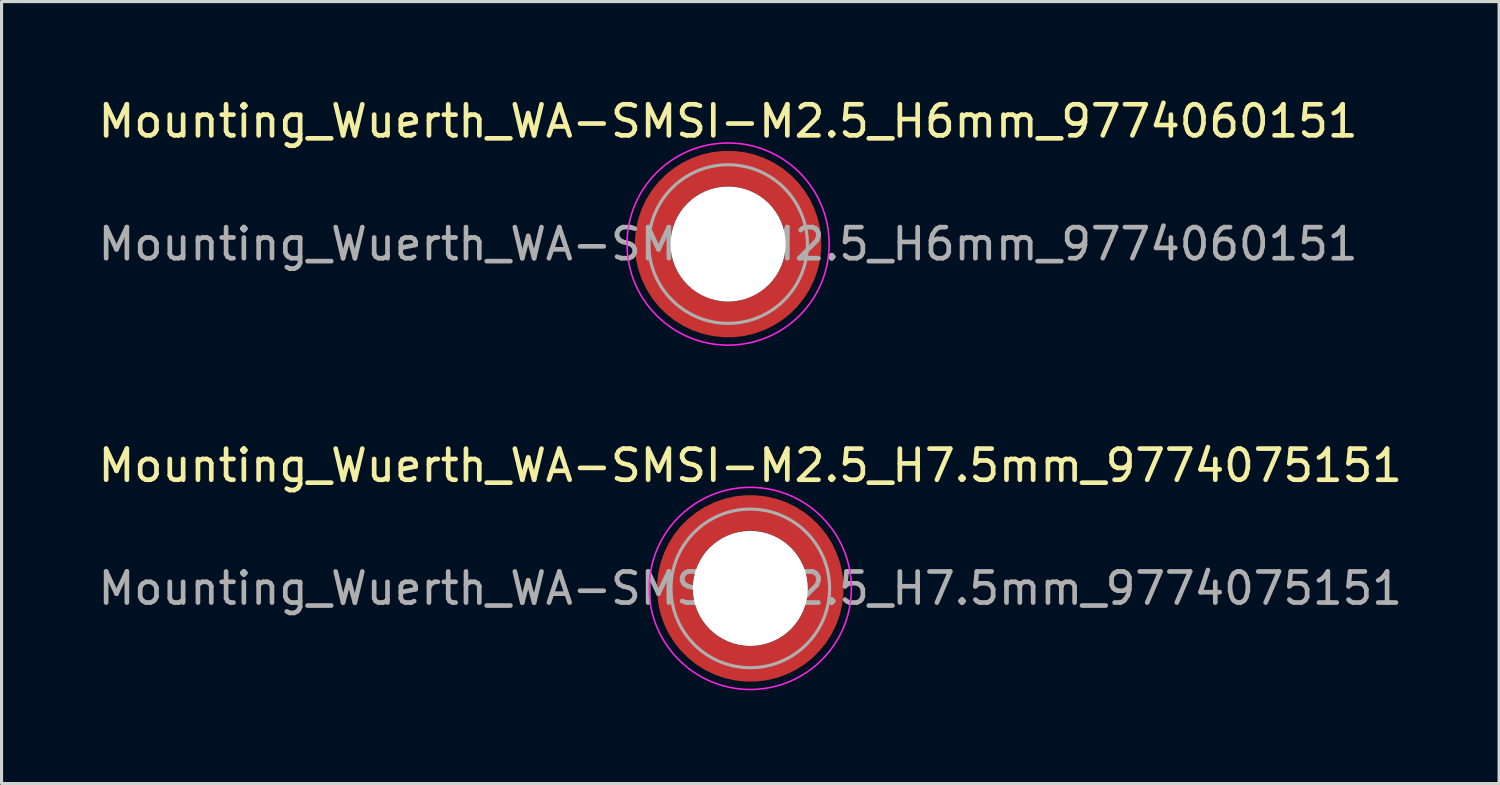
<source format=kicad_pcb>
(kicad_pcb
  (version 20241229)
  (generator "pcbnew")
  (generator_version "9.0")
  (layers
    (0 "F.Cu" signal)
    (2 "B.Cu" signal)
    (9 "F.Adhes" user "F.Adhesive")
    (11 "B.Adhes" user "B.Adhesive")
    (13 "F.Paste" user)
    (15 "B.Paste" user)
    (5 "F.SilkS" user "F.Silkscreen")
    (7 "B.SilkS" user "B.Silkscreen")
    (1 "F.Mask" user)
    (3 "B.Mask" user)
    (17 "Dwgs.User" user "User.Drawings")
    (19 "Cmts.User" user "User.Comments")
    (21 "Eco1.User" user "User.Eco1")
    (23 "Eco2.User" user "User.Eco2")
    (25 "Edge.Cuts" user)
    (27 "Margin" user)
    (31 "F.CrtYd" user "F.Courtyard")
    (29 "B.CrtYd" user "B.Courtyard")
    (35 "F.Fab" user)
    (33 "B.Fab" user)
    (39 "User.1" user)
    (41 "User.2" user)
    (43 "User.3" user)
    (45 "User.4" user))
  (footprint "Mounting_Wuerth_WA-SMSI-M2.5_H7.5mm_9774075151"
    (layer "F.Cu")
    (at 21.077 15.871)
    (property "Reference" "Mounting_Wuerth_WA-SMSI-M2.5_H7.5mm_9774075151" (at 0 -3.95 0) (layer "F.SilkS") (effects (font (size 1 1) (thickness 0.15))))
    (attr smd allow_soldermask_bridges)
    (fp_circle (center 0 0) (end 3.25 0) (stroke (width 0.05) (type solid)) (fill no) (layer "F.CrtYd"))
    (fp_circle (center 0 0) (end 2.55 0) (stroke (width 0.1) (type solid)) (fill no) (layer "F.Fab"))
    (fp_text user "${REFERENCE}" (at 0 0 0) (layer "F.Fab") (effects (font (size 1 1) (thickness 0.15))))
    (pad "" smd custom (at -1.704 -1.704) (size 0.51 0.51) (layers "F.Paste") (options (anchor circle)) (primitives (gr_arc (start -0.250195 1.279127) (mid 0.289914 0.289914) (end 1.279127 -0.250195) (width 0.2)) (gr_arc (start -0.34334 1.279127) (mid 0.225488 0.225488) (end 1.279127 -0.34334) (width 0.2)) (gr_arc (start -0.436309 1.279127) (mid 0.161063 0.161063) (end 1.279127 -0.436309) (width 0.2)) (gr_arc (start -0.529126 1.279127) (mid 0.096638 0.096638) (end 1.279127 -0.529126) (width 0.2)) (gr_arc (start -0.621807 1.279127) (mid 0.032213 0.032213) (end 1.279127 -0.621807) (width 0.2)) (gr_arc (start -0.71437 1.279127) (mid -0.032213 -0.032213) (end 1.279127 -0.71437) (width 0.2)) (gr_arc (start -0.806826 1.279127) (mid -0.096638 -0.096638) (end 1.279127 -0.806826) (width 0.2)) (gr_arc (start -0.899187 1.279127) (mid -0.161063 -0.161063) (end 1.279127 -0.899187) (width 0.2)) (gr_arc (start -0.991463 1.279127) (mid -0.225488 -0.225488) (end 1.279127 -0.991463) (width 0.2)) (gr_arc (start -1.083663 1.279127) (mid -0.289914 -0.289914) (end 1.279127 -1.083663) (width 0.2)) (gr_line (start 1.279 -0.25) (end 1.279 -1.084) (width 0.2)) (gr_line (start -0.25 1.279) (end -1.084 1.279) (width 0.2))))
    (pad "" smd custom (at -1.704 1.704) (size 0.51 0.51) (layers "F.Paste") (options (anchor circle)) (primitives (gr_arc (start 1.279127 0.250195) (mid 0.289914 -0.289914) (end -0.250195 -1.279127) (width 0.2)) (gr_arc (start 1.279127 0.34334) (mid 0.225488 -0.225488) (end -0.34334 -1.279127) (width 0.2)) (gr_arc (start 1.279127 0.436309) (mid 0.161063 -0.161063) (end -0.436309 -1.279127) (width 0.2)) (gr_arc (start 1.279127 0.529126) (mid 0.096638 -0.096638) (end -0.529126 -1.279127) (width 0.2)) (gr_arc (start 1.279127 0.621807) (mid 0.032213 -0.032213) (end -0.621807 -1.279127) (width 0.2)) (gr_arc (start 1.279127 0.71437) (mid -0.032213 0.032213) (end -0.71437 -1.279127) (width 0.2)) (gr_arc (start 1.279127 0.806826) (mid -0.096638 0.096638) (end -0.806826 -1.279127) (width 0.2)) (gr_arc (start 1.279127 0.899187) (mid -0.161063 0.161063) (end -0.899187 -1.279127) (width 0.2)) (gr_arc (start 1.279127 0.991463) (mid -0.225488 0.225488) (end -0.991463 -1.279127) (width 0.2)) (gr_arc (start 1.279127 1.083663) (mid -0.289914 0.289914) (end -1.083663 -1.279127) (width 0.2)) (gr_line (start -0.25 -1.279) (end -1.084 -1.279) (width 0.2)) (gr_line (start 1.279 0.25) (end 1.279 1.084) (width 0.2))))
    (pad "" np_thru_hole circle (at 0 0) (size 3.7 3.7) (drill 3.7) (layers "*.Cu" "*.Mask"))
    (pad "" smd custom (at 1.704 -1.704) (size 0.51 0.51) (layers "F.Paste") (options (anchor circle)) (primitives (gr_arc (start -1.279127 -0.250195) (mid -0.289914 0.289914) (end 0.250195 1.279127) (width 0.2)) (gr_arc (start -1.279127 -0.34334) (mid -0.225488 0.225488) (end 0.34334 1.279127) (width 0.2)) (gr_arc (start -1.279127 -0.436309) (mid -0.161063 0.161063) (end 0.436309 1.279127) (width 0.2)) (gr_arc (start -1.279127 -0.529126) (mid -0.096638 0.096638) (end 0.529126 1.279127) (width 0.2)) (gr_arc (start -1.279127 -0.621807) (mid -0.032213 0.032213) (end 0.621807 1.279127) (width 0.2)) (gr_arc (start -1.279127 -0.71437) (mid 0.032213 -0.032213) (end 0.71437 1.279127) (width 0.2)) (gr_arc (start -1.279127 -0.806826) (mid 0.096638 -0.096638) (end 0.806826 1.279127) (width 0.2)) (gr_arc (start -1.279127 -0.899187) (mid 0.161063 -0.161063) (end 0.899187 1.279127) (width 0.2)) (gr_arc (start -1.279127 -0.991463) (mid 0.225488 -0.225488) (end 0.991463 1.279127) (width 0.2)) (gr_arc (start -1.279127 -1.083663) (mid 0.289914 -0.289914) (end 1.083663 1.279127) (width 0.2)) (gr_line (start 0.25 1.279) (end 1.084 1.279) (width 0.2)) (gr_line (start -1.279 -0.25) (end -1.279 -1.084) (width 0.2))))
    (pad "" smd custom (at 1.704 1.704) (size 0.51 0.51) (layers "F.Paste") (options (anchor circle)) (primitives (gr_arc (start 0.250195 -1.279127) (mid -0.289914 -0.289914) (end -1.279127 0.250195) (width 0.2)) (gr_arc (start 0.34334 -1.279127) (mid -0.225488 -0.225488) (end -1.279127 0.34334) (width 0.2)) (gr_arc (start 0.436309 -1.279127) (mid -0.161063 -0.161063) (end -1.279127 0.436309) (width 0.2)) (gr_arc (start 0.529126 -1.279127) (mid -0.096638 -0.096638) (end -1.279127 0.529126) (width 0.2)) (gr_arc (start 0.621807 -1.279127) (mid -0.032213 -0.032213) (end -1.279127 0.621807) (width 0.2)) (gr_arc (start 0.71437 -1.279127) (mid 0.032213 0.032213) (end -1.279127 0.71437) (width 0.2)) (gr_arc (start 0.806826 -1.279127) (mid 0.096638 0.096638) (end -1.279127 0.806826) (width 0.2)) (gr_arc (start 0.899187 -1.279127) (mid 0.161063 0.161063) (end -1.279127 0.899187) (width 0.2)) (gr_arc (start 0.991463 -1.279127) (mid 0.225488 0.225488) (end -1.279127 0.991463) (width 0.2)) (gr_arc (start 1.083663 -1.279127) (mid 0.289914 0.289914) (end -1.279127 1.083663) (width 0.2)) (gr_line (start -1.279 0.25) (end -1.279 1.084) (width 0.2)) (gr_line (start 0.25 -1.279) (end 1.084 -1.279) (width 0.2))))
    (pad "1" smd circle (at -2.425 0) (size 0.642 0.642) (layers "F.Cu"))
    (pad "1" smd circle (at 0 -2.425) (size 0.642 0.642) (layers "F.Cu"))
    (pad "1" smd circle (at 0 2.425) (size 0.642 0.642) (layers "F.Cu"))
    (pad "1" smd custom (at 2.425 0) (size 1.15 1.15) (layers "F.Cu" "F.Mask") (options (anchor circle)) (primitives (gr_circle (center -2.425 0) (end 0 0) (width 1.15) (fill no)))))
  (footprint "Mounting_Wuerth_WA-SMSI-M2.5_H6mm_9774060151"
    (layer "F.Cu")
    (at 20.363 4.798)
    (property "Reference" "Mounting_Wuerth_WA-SMSI-M2.5_H6mm_9774060151" (at 0 -3.95 0) (layer "F.SilkS") (effects (font (size 1 1) (thickness 0.15))))
    (attr smd allow_soldermask_bridges)
    (fp_circle (center 0 0) (end 3.25 0) (stroke (width 0.05) (type solid)) (fill no) (layer "F.CrtYd"))
    (fp_circle (center 0 0) (end 2.55 0) (stroke (width 0.1) (type solid)) (fill no) (layer "F.Fab"))
    (fp_text user "${REFERENCE}" (at 0 0 0) (layer "F.Fab") (effects (font (size 1 1) (thickness 0.15))))
    (pad "" smd custom (at -1.704 -1.704) (size 0.51 0.51) (layers "F.Paste") (options (anchor circle)) (primitives (gr_arc (start -0.250195 1.279127) (mid 0.289914 0.289914) (end 1.279127 -0.250195) (width 0.2)) (gr_arc (start -0.34334 1.279127) (mid 0.225488 0.225488) (end 1.279127 -0.34334) (width 0.2)) (gr_arc (start -0.436309 1.279127) (mid 0.161063 0.161063) (end 1.279127 -0.436309) (width 0.2)) (gr_arc (start -0.529126 1.279127) (mid 0.096638 0.096638) (end 1.279127 -0.529126) (width 0.2)) (gr_arc (start -0.621807 1.279127) (mid 0.032213 0.032213) (end 1.279127 -0.621807) (width 0.2)) (gr_arc (start -0.71437 1.279127) (mid -0.032213 -0.032213) (end 1.279127 -0.71437) (width 0.2)) (gr_arc (start -0.806826 1.279127) (mid -0.096638 -0.096638) (end 1.279127 -0.806826) (width 0.2)) (gr_arc (start -0.899187 1.279127) (mid -0.161063 -0.161063) (end 1.279127 -0.899187) (width 0.2)) (gr_arc (start -0.991463 1.279127) (mid -0.225488 -0.225488) (end 1.279127 -0.991463) (width 0.2)) (gr_arc (start -1.083663 1.279127) (mid -0.289914 -0.289914) (end 1.279127 -1.083663) (width 0.2)) (gr_line (start 1.279 -0.25) (end 1.279 -1.084) (width 0.2)) (gr_line (start -0.25 1.279) (end -1.084 1.279) (width 0.2))))
    (pad "" smd custom (at -1.704 1.704) (size 0.51 0.51) (layers "F.Paste") (options (anchor circle)) (primitives (gr_arc (start 1.279127 0.250195) (mid 0.289914 -0.289914) (end -0.250195 -1.279127) (width 0.2)) (gr_arc (start 1.279127 0.34334) (mid 0.225488 -0.225488) (end -0.34334 -1.279127) (width 0.2)) (gr_arc (start 1.279127 0.436309) (mid 0.161063 -0.161063) (end -0.436309 -1.279127) (width 0.2)) (gr_arc (start 1.279127 0.529126) (mid 0.096638 -0.096638) (end -0.529126 -1.279127) (width 0.2)) (gr_arc (start 1.279127 0.621807) (mid 0.032213 -0.032213) (end -0.621807 -1.279127) (width 0.2)) (gr_arc (start 1.279127 0.71437) (mid -0.032213 0.032213) (end -0.71437 -1.279127) (width 0.2)) (gr_arc (start 1.279127 0.806826) (mid -0.096638 0.096638) (end -0.806826 -1.279127) (width 0.2)) (gr_arc (start 1.279127 0.899187) (mid -0.161063 0.161063) (end -0.899187 -1.279127) (width 0.2)) (gr_arc (start 1.279127 0.991463) (mid -0.225488 0.225488) (end -0.991463 -1.279127) (width 0.2)) (gr_arc (start 1.279127 1.083663) (mid -0.289914 0.289914) (end -1.083663 -1.279127) (width 0.2)) (gr_line (start -0.25 -1.279) (end -1.084 -1.279) (width 0.2)) (gr_line (start 1.279 0.25) (end 1.279 1.084) (width 0.2))))
    (pad "" np_thru_hole circle (at 0 0) (size 3.7 3.7) (drill 3.7) (layers "*.Cu" "*.Mask"))
    (pad "" smd custom (at 1.704 -1.704) (size 0.51 0.51) (layers "F.Paste") (options (anchor circle)) (primitives (gr_arc (start -1.279127 -0.250195) (mid -0.289914 0.289914) (end 0.250195 1.279127) (width 0.2)) (gr_arc (start -1.279127 -0.34334) (mid -0.225488 0.225488) (end 0.34334 1.279127) (width 0.2)) (gr_arc (start -1.279127 -0.436309) (mid -0.161063 0.161063) (end 0.436309 1.279127) (width 0.2)) (gr_arc (start -1.279127 -0.529126) (mid -0.096638 0.096638) (end 0.529126 1.279127) (width 0.2)) (gr_arc (start -1.279127 -0.621807) (mid -0.032213 0.032213) (end 0.621807 1.279127) (width 0.2)) (gr_arc (start -1.279127 -0.71437) (mid 0.032213 -0.032213) (end 0.71437 1.279127) (width 0.2)) (gr_arc (start -1.279127 -0.806826) (mid 0.096638 -0.096638) (end 0.806826 1.279127) (width 0.2)) (gr_arc (start -1.279127 -0.899187) (mid 0.161063 -0.161063) (end 0.899187 1.279127) (width 0.2)) (gr_arc (start -1.279127 -0.991463) (mid 0.225488 -0.225488) (end 0.991463 1.279127) (width 0.2)) (gr_arc (start -1.279127 -1.083663) (mid 0.289914 -0.289914) (end 1.083663 1.279127) (width 0.2)) (gr_line (start 0.25 1.279) (end 1.084 1.279) (width 0.2)) (gr_line (start -1.279 -0.25) (end -1.279 -1.084) (width 0.2))))
    (pad "" smd custom (at 1.704 1.704) (size 0.51 0.51) (layers "F.Paste") (options (anchor circle)) (primitives (gr_arc (start 0.250195 -1.279127) (mid -0.289914 -0.289914) (end -1.279127 0.250195) (width 0.2)) (gr_arc (start 0.34334 -1.279127) (mid -0.225488 -0.225488) (end -1.279127 0.34334) (width 0.2)) (gr_arc (start 0.436309 -1.279127) (mid -0.161063 -0.161063) (end -1.279127 0.436309) (width 0.2)) (gr_arc (start 0.529126 -1.279127) (mid -0.096638 -0.096638) (end -1.279127 0.529126) (width 0.2)) (gr_arc (start 0.621807 -1.279127) (mid -0.032213 -0.032213) (end -1.279127 0.621807) (width 0.2)) (gr_arc (start 0.71437 -1.279127) (mid 0.032213 0.032213) (end -1.279127 0.71437) (width 0.2)) (gr_arc (start 0.806826 -1.279127) (mid 0.096638 0.096638) (end -1.279127 0.806826) (width 0.2)) (gr_arc (start 0.899187 -1.279127) (mid 0.161063 0.161063) (end -1.279127 0.899187) (width 0.2)) (gr_arc (start 0.991463 -1.279127) (mid 0.225488 0.225488) (end -1.279127 0.991463) (width 0.2)) (gr_arc (start 1.083663 -1.279127) (mid 0.289914 0.289914) (end -1.279127 1.083663) (width 0.2)) (gr_line (start -1.279 0.25) (end -1.279 1.084) (width 0.2)) (gr_line (start 0.25 -1.279) (end 1.084 -1.279) (width 0.2))))
    (pad "1" smd circle (at -2.425 0) (size 0.642 0.642) (layers "F.Cu"))
    (pad "1" smd circle (at 0 -2.425) (size 0.642 0.642) (layers "F.Cu"))
    (pad "1" smd circle (at 0 2.425) (size 0.642 0.642) (layers "F.Cu"))
    (pad "1" smd custom (at 2.425 0) (size 1.15 1.15) (layers "F.Cu" "F.Mask") (options (anchor circle)) (primitives (gr_circle (center -2.425 0) (end 0 0) (width 1.15) (fill no)))))
  (gr_rect
    (start -3 -3)
    (end 45.155 22.146)
    (stroke (width 0.1) (type default))
    (fill no)
    (layer "Edge.Cuts")))
</source>
